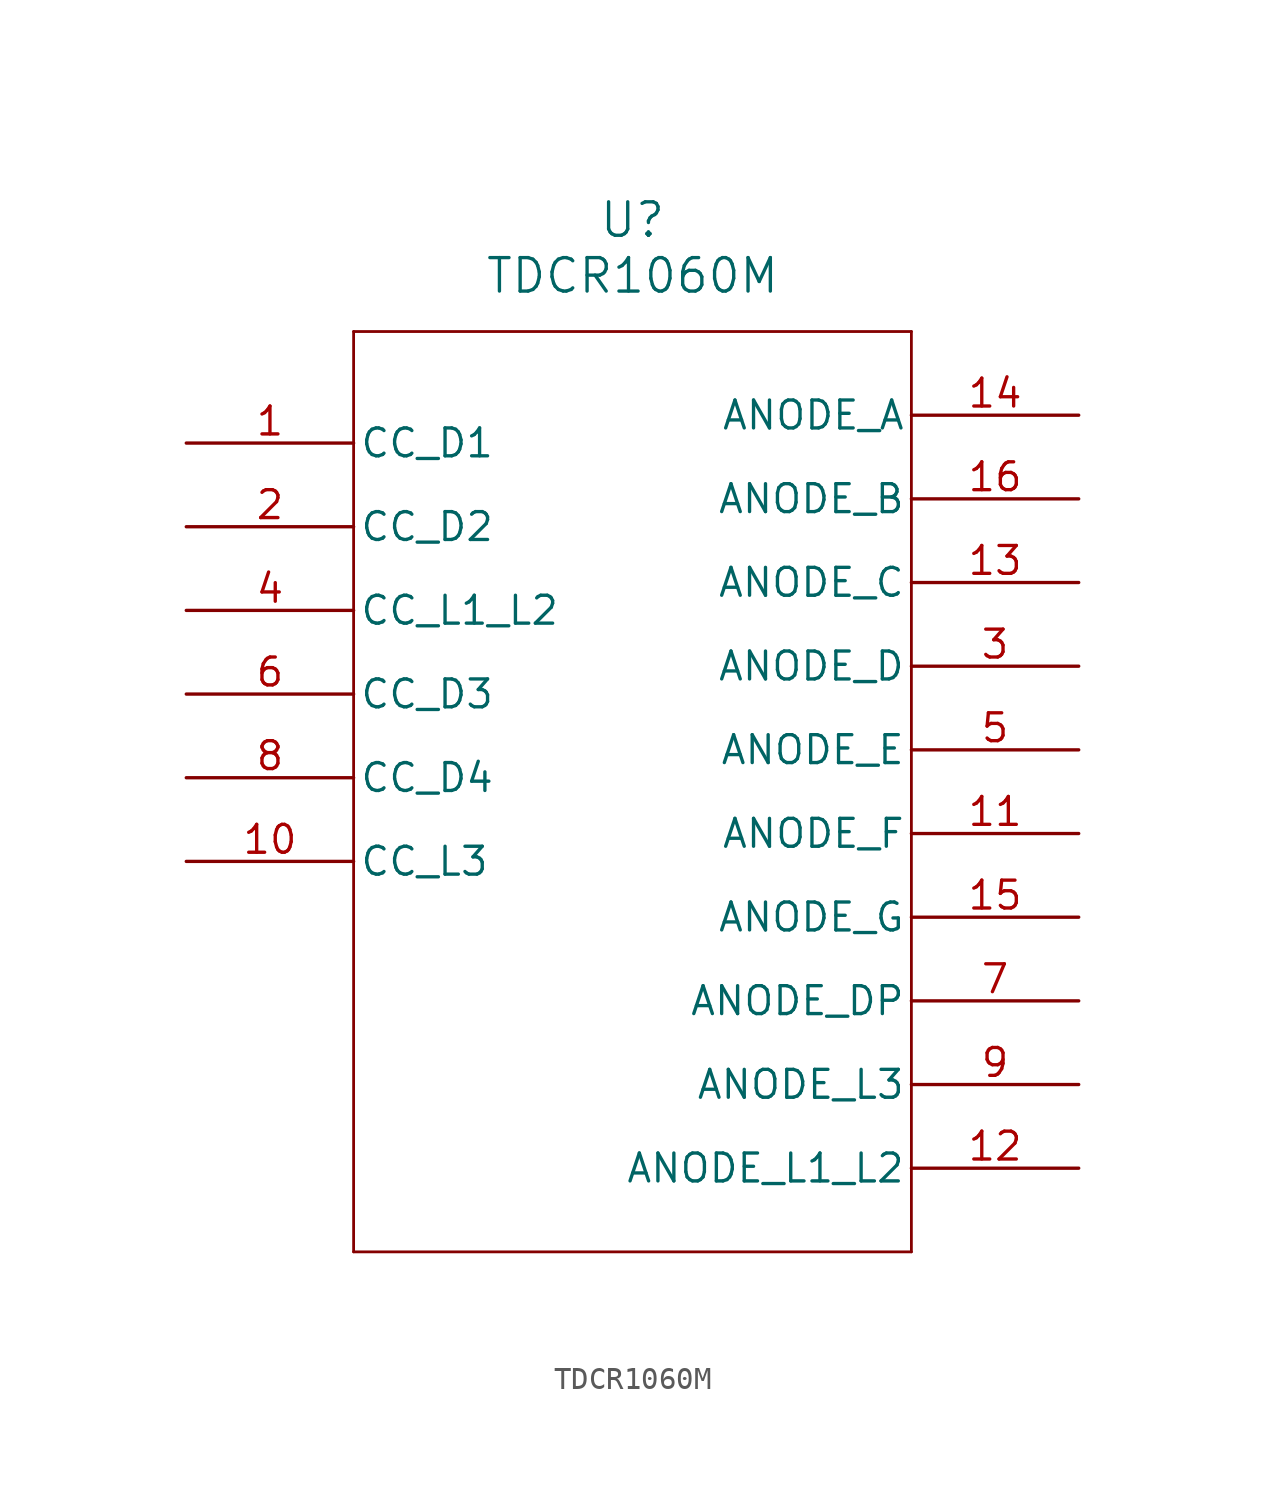
<source format=kicad_sym>
(kicad_symbol_lib
  (version 20231120)
  (generator "kicad_symbol_editor")
  (generator_version "8.0")
  (symbol "TDCR1060M"
    (pin_names
      (offset 0.254))
    (property "Reference" "U"
      (at 20.32 10.16 0)
      (effects (font (size 1.524 1.524))))
    (property "Value" "TDCR1060M"
      (at 20.32 7.62 0)
      (effects (font (size 1.524 1.524))))
    (property "ki_locked" ""
      (at 0 0 0)
      (effects (font (size 1.27 1.27))))
    (symbol "TDCR1060M_0_1"
      (polyline (pts (xy 7.62 -36.83) (xy 33.02 -36.83)) (stroke (width 0.127) (type default)) (fill (type none)))
      (polyline (pts (xy 7.62 5.08) (xy 7.62 -36.83)) (stroke (width 0.127) (type default)) (fill (type none)))
      (polyline (pts (xy 33.02 -36.83) (xy 33.02 5.08)) (stroke (width 0.127) (type default)) (fill (type none)))
      (polyline (pts (xy 33.02 5.08) (xy 7.62 5.08)) (stroke (width 0.127) (type default)) (fill (type none))))
    (symbol "TDCR1060M_1_1"
      (pin unspecified line (at 0 0 0) (length 7.62) (name "CC_D1" (effects (font (size 1.27 1.27)))) (number "1" (effects (font (size 1.27 1.27)))))
      (pin unspecified line (at 0 -19.05 0) (length 7.62) (name "CC_L3" (effects (font (size 1.27 1.27)))) (number "10" (effects (font (size 1.27 1.27)))))
      (pin unspecified line (at 40.64 -17.78 180) (length 7.62) (name "ANODE_F" (effects (font (size 1.27 1.27)))) (number "11" (effects (font (size 1.27 1.27)))))
      (pin unspecified line (at 40.64 -33.02 180) (length 7.62) (name "ANODE_L1_L2" (effects (font (size 1.27 1.27)))) (number "12" (effects (font (size 1.27 1.27)))))
      (pin unspecified line (at 40.64 -6.35 180) (length 7.62) (name "ANODE_C" (effects (font (size 1.27 1.27)))) (number "13" (effects (font (size 1.27 1.27)))))
      (pin unspecified line (at 40.64 1.27 180) (length 7.62) (name "ANODE_A" (effects (font (size 1.27 1.27)))) (number "14" (effects (font (size 1.27 1.27)))))
      (pin unspecified line (at 40.64 -21.59 180) (length 7.62) (name "ANODE_G" (effects (font (size 1.27 1.27)))) (number "15" (effects (font (size 1.27 1.27)))))
      (pin unspecified line (at 40.64 -2.54 180) (length 7.62) (name "ANODE_B" (effects (font (size 1.27 1.27)))) (number "16" (effects (font (size 1.27 1.27)))))
      (pin unspecified line (at 0 -3.81 0) (length 7.62) (name "CC_D2" (effects (font (size 1.27 1.27)))) (number "2" (effects (font (size 1.27 1.27)))))
      (pin unspecified line (at 40.64 -10.16 180) (length 7.62) (name "ANODE_D" (effects (font (size 1.27 1.27)))) (number "3" (effects (font (size 1.27 1.27)))))
      (pin unspecified line (at 0 -7.62 0) (length 7.62) (name "CC_L1_L2" (effects (font (size 1.27 1.27)))) (number "4" (effects (font (size 1.27 1.27)))))
      (pin unspecified line (at 40.64 -13.97 180) (length 7.62) (name "ANODE_E" (effects (font (size 1.27 1.27)))) (number "5" (effects (font (size 1.27 1.27)))))
      (pin unspecified line (at 0 -11.43 0) (length 7.62) (name "CC_D3" (effects (font (size 1.27 1.27)))) (number "6" (effects (font (size 1.27 1.27)))))
      (pin unspecified line (at 40.64 -25.4 180) (length 7.62) (name "ANODE_DP" (effects (font (size 1.27 1.27)))) (number "7" (effects (font (size 1.27 1.27)))))
      (pin unspecified line (at 0 -15.24 0) (length 7.62) (name "CC_D4" (effects (font (size 1.27 1.27)))) (number "8" (effects (font (size 1.27 1.27)))))
      (pin unspecified line (at 40.64 -29.21 180) (length 7.62) (name "ANODE_L3" (effects (font (size 1.27 1.27)))) (number "9" (effects (font (size 1.27 1.27))))))))
</source>
